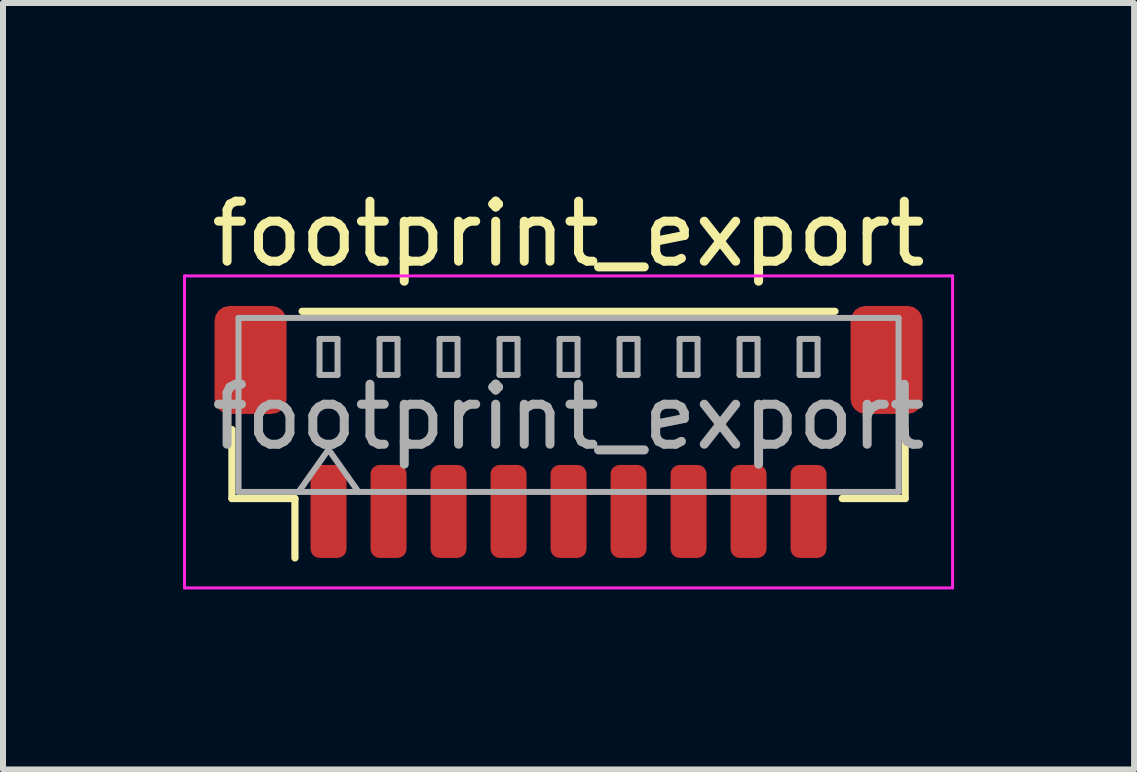
<source format=kicad_pcb>
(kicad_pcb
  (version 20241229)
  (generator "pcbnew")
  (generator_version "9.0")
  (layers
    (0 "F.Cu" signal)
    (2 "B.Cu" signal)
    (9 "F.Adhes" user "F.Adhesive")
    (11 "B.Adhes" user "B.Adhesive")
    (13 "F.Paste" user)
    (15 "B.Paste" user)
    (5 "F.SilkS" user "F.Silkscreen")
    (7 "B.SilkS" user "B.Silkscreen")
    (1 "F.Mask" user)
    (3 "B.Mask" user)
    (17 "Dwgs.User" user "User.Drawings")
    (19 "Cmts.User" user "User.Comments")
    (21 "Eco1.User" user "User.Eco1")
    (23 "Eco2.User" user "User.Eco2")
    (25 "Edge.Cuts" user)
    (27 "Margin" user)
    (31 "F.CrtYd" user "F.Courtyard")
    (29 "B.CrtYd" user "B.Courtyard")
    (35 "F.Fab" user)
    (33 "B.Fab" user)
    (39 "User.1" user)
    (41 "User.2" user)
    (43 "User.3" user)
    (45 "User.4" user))
  (footprint "footprint_export"
    (layer "F.Cu")
    (at 6.425 4.148)
    (property "Reference" "footprint_export" (at 0 -3.3 0) (layer "F.SilkS") (effects (font (size 1 1) (thickness 0.15))))
    (attr smd)
    (fp_line (start -5.61 -0.04) (end -5.61 1.11) (stroke (width 0.12) (type solid)) (layer "F.SilkS"))
    (fp_line (start -5.61 1.11) (end -4.56 1.11) (stroke (width 0.12) (type solid)) (layer "F.SilkS"))
    (fp_line (start -4.56 1.11) (end -4.56 2.1) (stroke (width 0.12) (type solid)) (layer "F.SilkS"))
    (fp_line (start -4.44 -2.01) (end 4.44 -2.01) (stroke (width 0.12) (type solid)) (layer "F.SilkS"))
    (fp_line (start 5.61 -0.04) (end 5.61 1.11) (stroke (width 0.12) (type solid)) (layer "F.SilkS"))
    (fp_line (start 5.61 1.11) (end 4.56 1.11) (stroke (width 0.12) (type solid)) (layer "F.SilkS"))
    (fp_line (start -6.4 -2.6) (end -6.4 2.6) (stroke (width 0.05) (type solid)) (layer "F.CrtYd"))
    (fp_line (start -6.4 2.6) (end 6.4 2.6) (stroke (width 0.05) (type solid)) (layer "F.CrtYd"))
    (fp_line (start 6.4 -2.6) (end -6.4 -2.6) (stroke (width 0.05) (type solid)) (layer "F.CrtYd"))
    (fp_line (start 6.4 2.6) (end 6.4 -2.6) (stroke (width 0.05) (type solid)) (layer "F.CrtYd"))
    (fp_line (start -5.5 -1.9) (end 5.5 -1.9) (stroke (width 0.1) (type solid)) (layer "F.Fab"))
    (fp_line (start -5.5 1) (end -5.5 -1.9) (stroke (width 0.1) (type solid)) (layer "F.Fab"))
    (fp_line (start -5.5 1) (end 5.5 1) (stroke (width 0.1) (type solid)) (layer "F.Fab"))
    (fp_line (start -4.5 1) (end -4 0.293) (stroke (width 0.1) (type solid)) (layer "F.Fab"))
    (fp_line (start -4.15 -1.55) (end -4.15 -0.95) (stroke (width 0.1) (type solid)) (layer "F.Fab"))
    (fp_line (start -4.15 -0.95) (end -3.85 -0.95) (stroke (width 0.1) (type solid)) (layer "F.Fab"))
    (fp_line (start -4 0.293) (end -3.5 1) (stroke (width 0.1) (type solid)) (layer "F.Fab"))
    (fp_line (start -3.85 -1.55) (end -4.15 -1.55) (stroke (width 0.1) (type solid)) (layer "F.Fab"))
    (fp_line (start -3.85 -0.95) (end -3.85 -1.55) (stroke (width 0.1) (type solid)) (layer "F.Fab"))
    (fp_line (start -3.15 -1.55) (end -3.15 -0.95) (stroke (width 0.1) (type solid)) (layer "F.Fab"))
    (fp_line (start -3.15 -0.95) (end -2.85 -0.95) (stroke (width 0.1) (type solid)) (layer "F.Fab"))
    (fp_line (start -2.85 -1.55) (end -3.15 -1.55) (stroke (width 0.1) (type solid)) (layer "F.Fab"))
    (fp_line (start -2.85 -0.95) (end -2.85 -1.55) (stroke (width 0.1) (type solid)) (layer "F.Fab"))
    (fp_line (start -2.15 -1.55) (end -2.15 -0.95) (stroke (width 0.1) (type solid)) (layer "F.Fab"))
    (fp_line (start -2.15 -0.95) (end -1.85 -0.95) (stroke (width 0.1) (type solid)) (layer "F.Fab"))
    (fp_line (start -1.85 -1.55) (end -2.15 -1.55) (stroke (width 0.1) (type solid)) (layer "F.Fab"))
    (fp_line (start -1.85 -0.95) (end -1.85 -1.55) (stroke (width 0.1) (type solid)) (layer "F.Fab"))
    (fp_line (start -1.15 -1.55) (end -1.15 -0.95) (stroke (width 0.1) (type solid)) (layer "F.Fab"))
    (fp_line (start -1.15 -0.95) (end -0.85 -0.95) (stroke (width 0.1) (type solid)) (layer "F.Fab"))
    (fp_line (start -0.85 -1.55) (end -1.15 -1.55) (stroke (width 0.1) (type solid)) (layer "F.Fab"))
    (fp_line (start -0.85 -0.95) (end -0.85 -1.55) (stroke (width 0.1) (type solid)) (layer "F.Fab"))
    (fp_line (start -0.15 -1.55) (end -0.15 -0.95) (stroke (width 0.1) (type solid)) (layer "F.Fab"))
    (fp_line (start -0.15 -0.95) (end 0.15 -0.95) (stroke (width 0.1) (type solid)) (layer "F.Fab"))
    (fp_line (start 0.15 -1.55) (end -0.15 -1.55) (stroke (width 0.1) (type solid)) (layer "F.Fab"))
    (fp_line (start 0.15 -0.95) (end 0.15 -1.55) (stroke (width 0.1) (type solid)) (layer "F.Fab"))
    (fp_line (start 0.85 -1.55) (end 0.85 -0.95) (stroke (width 0.1) (type solid)) (layer "F.Fab"))
    (fp_line (start 0.85 -0.95) (end 1.15 -0.95) (stroke (width 0.1) (type solid)) (layer "F.Fab"))
    (fp_line (start 1.15 -1.55) (end 0.85 -1.55) (stroke (width 0.1) (type solid)) (layer "F.Fab"))
    (fp_line (start 1.15 -0.95) (end 1.15 -1.55) (stroke (width 0.1) (type solid)) (layer "F.Fab"))
    (fp_line (start 1.85 -1.55) (end 1.85 -0.95) (stroke (width 0.1) (type solid)) (layer "F.Fab"))
    (fp_line (start 1.85 -0.95) (end 2.15 -0.95) (stroke (width 0.1) (type solid)) (layer "F.Fab"))
    (fp_line (start 2.15 -1.55) (end 1.85 -1.55) (stroke (width 0.1) (type solid)) (layer "F.Fab"))
    (fp_line (start 2.15 -0.95) (end 2.15 -1.55) (stroke (width 0.1) (type solid)) (layer "F.Fab"))
    (fp_line (start 2.85 -1.55) (end 2.85 -0.95) (stroke (width 0.1) (type solid)) (layer "F.Fab"))
    (fp_line (start 2.85 -0.95) (end 3.15 -0.95) (stroke (width 0.1) (type solid)) (layer "F.Fab"))
    (fp_line (start 3.15 -1.55) (end 2.85 -1.55) (stroke (width 0.1) (type solid)) (layer "F.Fab"))
    (fp_line (start 3.15 -0.95) (end 3.15 -1.55) (stroke (width 0.1) (type solid)) (layer "F.Fab"))
    (fp_line (start 3.85 -1.55) (end 3.85 -0.95) (stroke (width 0.1) (type solid)) (layer "F.Fab"))
    (fp_line (start 3.85 -0.95) (end 4.15 -0.95) (stroke (width 0.1) (type solid)) (layer "F.Fab"))
    (fp_line (start 4.15 -1.55) (end 3.85 -1.55) (stroke (width 0.1) (type solid)) (layer "F.Fab"))
    (fp_line (start 4.15 -0.95) (end 4.15 -1.55) (stroke (width 0.1) (type solid)) (layer "F.Fab"))
    (fp_line (start 5.5 1) (end 5.5 -1.9) (stroke (width 0.1) (type solid)) (layer "F.Fab"))
    (fp_text user "${REFERENCE}" (at 0 -0.25 0) (layer "F.Fab") (effects (font (size 1 1) (thickness 0.15))))
    (pad "1" smd roundrect (at -4 1.325) (size 0.6 1.55) (layers "F.Cu" "F.Mask" "F.Paste") (roundrect_rratio 0.25))
    (pad "2" smd roundrect (at -3 1.325) (size 0.6 1.55) (layers "F.Cu" "F.Mask" "F.Paste") (roundrect_rratio 0.25))
    (pad "3" smd roundrect (at -2 1.325) (size 0.6 1.55) (layers "F.Cu" "F.Mask" "F.Paste") (roundrect_rratio 0.25))
    (pad "4" smd roundrect (at -1 1.325) (size 0.6 1.55) (layers "F.Cu" "F.Mask" "F.Paste") (roundrect_rratio 0.25))
    (pad "5" smd roundrect (at 0 1.325) (size 0.6 1.55) (layers "F.Cu" "F.Mask" "F.Paste") (roundrect_rratio 0.25))
    (pad "6" smd roundrect (at 1 1.325) (size 0.6 1.55) (layers "F.Cu" "F.Mask" "F.Paste") (roundrect_rratio 0.25))
    (pad "7" smd roundrect (at 2 1.325) (size 0.6 1.55) (layers "F.Cu" "F.Mask" "F.Paste") (roundrect_rratio 0.25))
    (pad "8" smd roundrect (at 3 1.325) (size 0.6 1.55) (layers "F.Cu" "F.Mask" "F.Paste") (roundrect_rratio 0.25))
    (pad "9" smd roundrect (at 4 1.325) (size 0.6 1.55) (layers "F.Cu" "F.Mask" "F.Paste") (roundrect_rratio 0.25))
    (pad "MP" smd roundrect (at -5.3 -1.2) (size 1.2 1.8) (layers "F.Cu" "F.Mask" "F.Paste") (roundrect_rratio 0.208))
    (pad "MP" smd roundrect (at 5.3 -1.2) (size 1.2 1.8) (layers "F.Cu" "F.Mask" "F.Paste") (roundrect_rratio 0.208)))
  (gr_rect
    (start -3 -3)
    (end 15.85 9.773)
    (stroke (width 0.1) (type default))
    (fill no)
    (layer "Edge.Cuts")))
</source>
